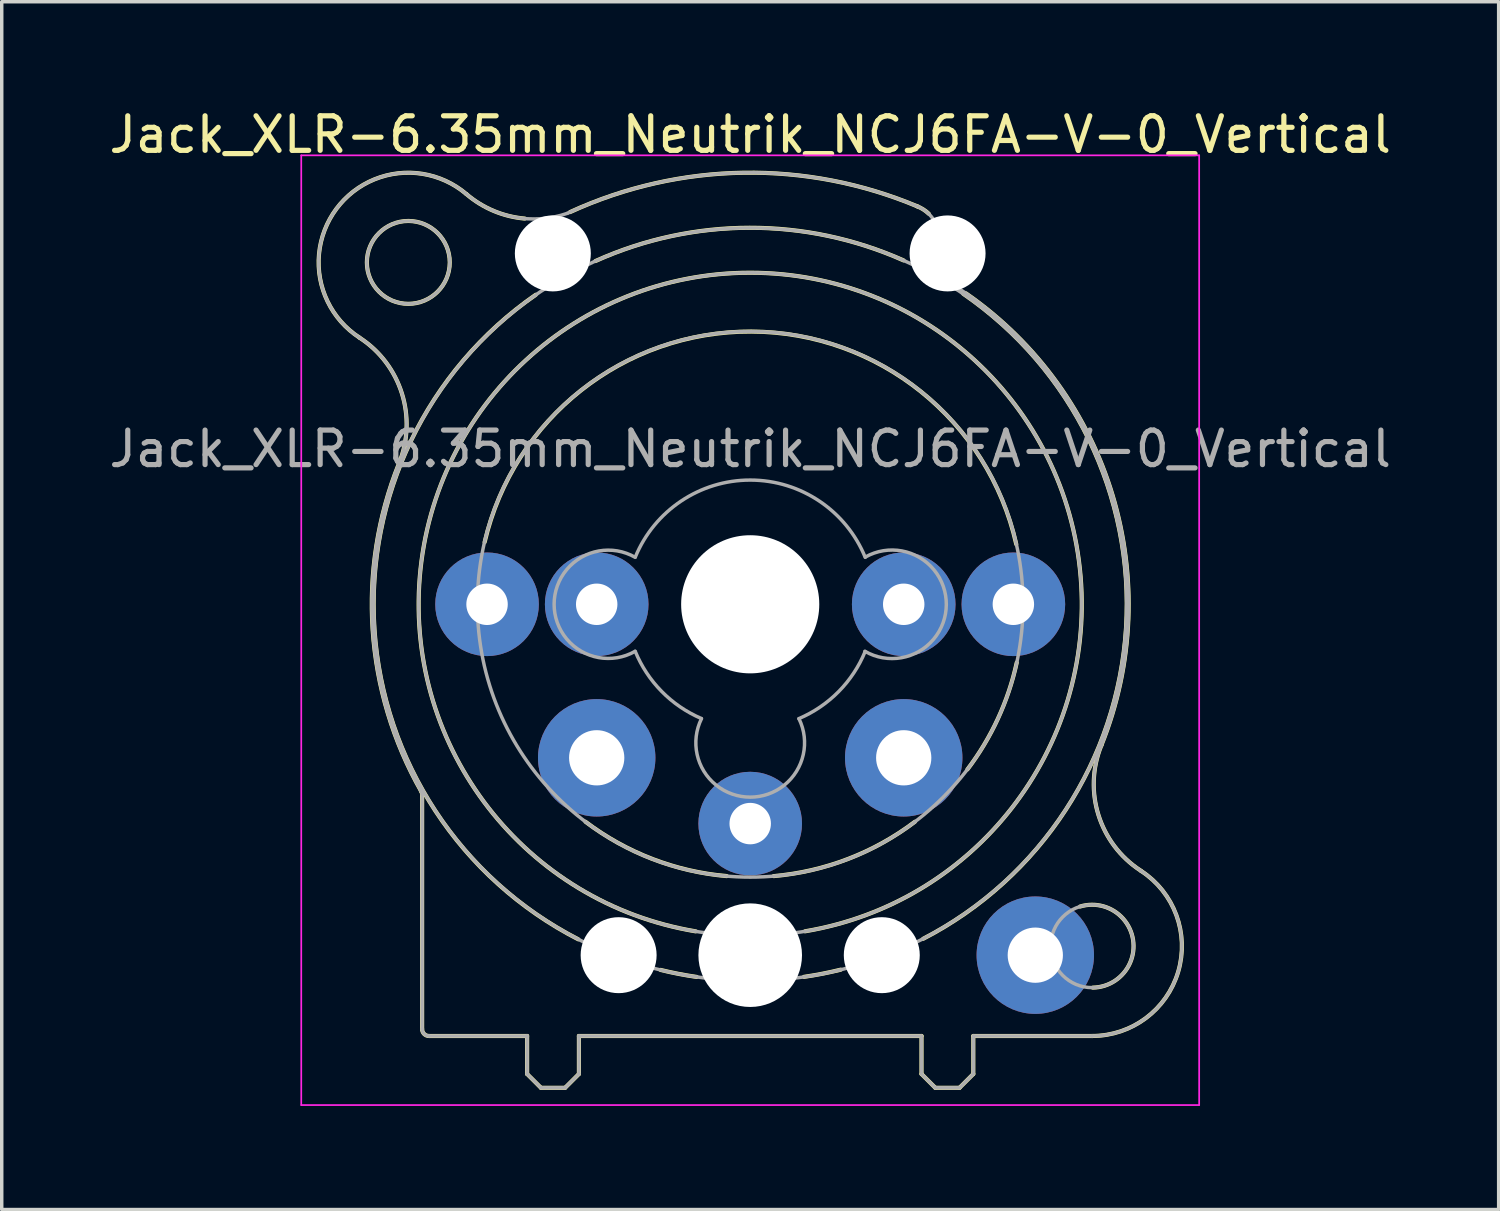
<source format=kicad_pcb>
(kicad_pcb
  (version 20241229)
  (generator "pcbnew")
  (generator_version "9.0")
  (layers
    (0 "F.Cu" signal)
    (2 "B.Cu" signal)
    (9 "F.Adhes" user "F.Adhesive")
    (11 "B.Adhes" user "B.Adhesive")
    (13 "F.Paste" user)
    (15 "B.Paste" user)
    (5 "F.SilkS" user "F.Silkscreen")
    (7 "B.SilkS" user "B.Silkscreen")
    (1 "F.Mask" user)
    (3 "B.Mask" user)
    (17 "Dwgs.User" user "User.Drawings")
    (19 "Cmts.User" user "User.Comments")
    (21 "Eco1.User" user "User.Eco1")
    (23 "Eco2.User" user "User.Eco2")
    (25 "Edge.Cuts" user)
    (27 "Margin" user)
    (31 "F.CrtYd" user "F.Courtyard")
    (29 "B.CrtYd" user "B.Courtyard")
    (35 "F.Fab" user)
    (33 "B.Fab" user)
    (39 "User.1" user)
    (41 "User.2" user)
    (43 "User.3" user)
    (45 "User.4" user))
  (footprint "Jack_XLR-6.35mm_Neutrik_NCJ6FA-V-0_Vertical"
    (layer "F.Cu")
    (at 26.293 14.448)
    (property "Reference" "Jack_XLR-6.35mm_Neutrik_NCJ6FA-V-0_Vertical" (at -7.62 -13.6 0) (layer "F.SilkS") (effects (font (size 1 1) (thickness 0.15))))
    (attr through_hole)
    (fp_line (start -17.12 5.51) (end -17.12 12.3) (stroke (width 0.12) (type solid)) (layer "F.SilkS"))
    (fp_line (start -14.08 12.5) (end -16.92 12.5) (stroke (width 0.12) (type solid)) (layer "F.SilkS"))
    (fp_line (start -14.08 12.5) (end -14.08 13.6) (stroke (width 0.12) (type solid)) (layer "F.SilkS"))
    (fp_line (start -13.68 14) (end -14.08 13.6) (stroke (width 0.12) (type solid)) (layer "F.SilkS"))
    (fp_line (start -12.98 14) (end -13.68 14) (stroke (width 0.12) (type solid)) (layer "F.SilkS"))
    (fp_line (start -12.98 14) (end -12.58 13.6) (stroke (width 0.12) (type solid)) (layer "F.SilkS"))
    (fp_line (start -12.58 12.5) (end -12.58 13.6) (stroke (width 0.12) (type solid)) (layer "F.SilkS"))
    (fp_line (start -12.58 12.5) (end -2.66 12.5) (stroke (width 0.12) (type solid)) (layer "F.SilkS"))
    (fp_line (start -2.66 12.5) (end -2.66 13.6) (stroke (width 0.12) (type solid)) (layer "F.SilkS"))
    (fp_line (start -2.26 14) (end -2.66 13.6) (stroke (width 0.12) (type solid)) (layer "F.SilkS"))
    (fp_line (start -1.56 14) (end -2.26 14) (stroke (width 0.12) (type solid)) (layer "F.SilkS"))
    (fp_line (start -1.56 14) (end -1.16 13.6) (stroke (width 0.12) (type solid)) (layer "F.SilkS"))
    (fp_line (start -1.16 12.5) (end -1.16 13.6) (stroke (width 0.12) (type solid)) (layer "F.SilkS"))
    (fp_line (start 2.28 12.5) (end -1.16 12.5) (stroke (width 0.12) (type solid)) (layer "F.SilkS"))
    (fp_arc (start -18.934795 -7.72258) (mid -19.602935 -11.450543) (end -15.84 -11.88) (stroke (width 0.12) (type solid)) (layer "F.SilkS"))
    (fp_arc (start -18.930969 -7.719195) (mid -17.705389 -6.104985) (end -17.79 -4.08) (stroke (width 0.12) (type solid)) (layer "F.SilkS"))
    (fp_arc (start -17.154956 5.397698) (mid -17.130185 5.451579) (end -17.12 5.51) (stroke (width 0.12) (type solid)) (layer "F.SilkS"))
    (fp_arc (start -17.144015 5.419265) (mid -18.552638 0.743459) (end -17.79 -4.08) (stroke (width 0.12) (type solid)) (layer "F.SilkS"))
    (fp_arc (start -16.92 12.5) (mid -17.061421 12.441421) (end -17.12 12.3) (stroke (width 0.12) (type solid)) (layer "F.SilkS"))
    (fp_arc (start -15.31 -1.8) (mid -7.589115 -7.897794) (end 0.083843 -1.739802) (stroke (width 0.12) (type solid)) (layer "F.SilkS"))
    (fp_arc (start -14.148924 -11.168665) (mid -15.050317 -11.391547) (end -15.84 -11.88) (stroke (width 0.12) (type solid)) (layer "F.SilkS"))
    (fp_arc (start -12.835768 -11.357498) (mid -7.808953 -12.496451) (end -2.75 -11.51) (stroke (width 0.12) (type solid)) (layer "F.SilkS"))
    (fp_arc (start -12.6 9.7) (mid -18.500043 0.717682) (end -13.830991 -8.961807) (stroke (width 0.12) (type solid)) (layer "F.SilkS"))
    (fp_arc (start -12.1 -9.94) (mid -7.641178 -10.902915) (end -3.178648 -9.957329) (stroke (width 0.12) (type solid)) (layer "F.SilkS"))
    (fp_arc (start -9.2 9.47) (mid -7.62467 -9.6009) (end -6.030789 9.468459) (stroke (width 0.12) (type solid)) (layer "F.SilkS"))
    (fp_arc (start -9.17 10.79) (mid -9.695239 10.701401) (end -10.215522 10.58725) (stroke (width 0.12) (type solid)) (layer "F.SilkS"))
    (fp_arc (start -8.3 7.87) (mid -10.455796 7.372758) (end -12.389148 6.297184) (stroke (width 0.12) (type solid)) (layer "F.SilkS"))
    (fp_arc (start -5 10.58) (mid -5.529293 10.697184) (end -6.063757 10.787906) (stroke (width 0.12) (type solid)) (layer "F.SilkS"))
    (fp_arc (start -2.850852 6.297184) (mid -4.784204 7.372758) (end -6.94 7.87) (stroke (width 0.12) (type solid)) (layer "F.SilkS"))
    (fp_arc (start -2.789231 -11.524852) (mid -2.608846 -11.434431) (end -2.45 -11.31) (stroke (width 0.12) (type solid)) (layer "F.SilkS"))
    (fp_arc (start -1.45 -8.99) (mid 3.262553 0.677525) (end -2.61272 9.685874) (stroke (width 0.12) (type solid)) (layer "F.SilkS"))
    (fp_arc (start -1.372521 -9.002461) (mid 2.876242 -3.147094) (end 2.55 4.08) (stroke (width 0.12) (type solid)) (layer "F.SilkS"))
    (fp_arc (start 0.097858 1.687355) (mid -0.447404 3.31155) (end -1.33 4.78) (stroke (width 0.12) (type solid)) (layer "F.SilkS"))
    (fp_arc (start 1.932014 8.75139) (mid 3.4657 9.714222) (end 2.3 11.1) (stroke (width 0.12) (type solid)) (layer "F.SilkS"))
    (fp_arc (start 3.687208 7.712208) (mid 2.463871 6.101094) (end 2.55 4.08) (stroke (width 0.12) (type solid)) (layer "F.SilkS"))
    (fp_arc (start 3.696061 7.719457) (mid 4.772931 10.63844) (end 2.28 12.5) (stroke (width 0.12) (type solid)) (layer "F.SilkS"))
    (fp_circle (center -17.52 -9.9) (end -16.32 -9.9) (stroke (width 0.12) (type solid)) (fill no) (layer "F.SilkS"))
    (fp_line (start -20.62 -13) (end 5.38 -13) (stroke (width 0.05) (type solid)) (layer "F.CrtYd"))
    (fp_line (start -20.62 14.5) (end -20.62 -13) (stroke (width 0.05) (type solid)) (layer "F.CrtYd"))
    (fp_line (start 5.38 -13) (end 5.38 14.5) (stroke (width 0.05) (type solid)) (layer "F.CrtYd"))
    (fp_line (start 5.38 14.5) (end -20.62 14.5) (stroke (width 0.05) (type solid)) (layer "F.CrtYd"))
    (fp_line (start -17.12 5.51) (end -17.12 12.3) (stroke (width 0.1) (type solid)) (layer "F.Fab"))
    (fp_line (start -14.08 12.5) (end -16.92 12.5) (stroke (width 0.1) (type solid)) (layer "F.Fab"))
    (fp_line (start -14.08 12.5) (end -14.08 13.6) (stroke (width 0.1) (type solid)) (layer "F.Fab"))
    (fp_line (start -13.68 14) (end -14.08 13.6) (stroke (width 0.1) (type solid)) (layer "F.Fab"))
    (fp_line (start -12.98 14) (end -13.68 14) (stroke (width 0.1) (type solid)) (layer "F.Fab"))
    (fp_line (start -12.98 14) (end -12.58 13.6) (stroke (width 0.1) (type solid)) (layer "F.Fab"))
    (fp_line (start -12.58 12.5) (end -12.58 13.6) (stroke (width 0.1) (type solid)) (layer "F.Fab"))
    (fp_line (start -12.58 12.5) (end -2.66 12.5) (stroke (width 0.1) (type solid)) (layer "F.Fab"))
    (fp_line (start -2.66 12.5) (end -2.66 13.6) (stroke (width 0.1) (type solid)) (layer "F.Fab"))
    (fp_line (start -2.37 -9.82) (end -2.21 -10.22) (stroke (width 0.1) (type solid)) (layer "F.Fab"))
    (fp_line (start -2.26 14) (end -2.66 13.6) (stroke (width 0.1) (type solid)) (layer "F.Fab"))
    (fp_line (start -1.56 14) (end -2.26 14) (stroke (width 0.1) (type solid)) (layer "F.Fab"))
    (fp_line (start -1.56 14) (end -1.16 13.6) (stroke (width 0.1) (type solid)) (layer "F.Fab"))
    (fp_line (start -1.16 12.5) (end -1.16 13.6) (stroke (width 0.1) (type solid)) (layer "F.Fab"))
    (fp_line (start 2.28 12.5) (end -1.16 12.5) (stroke (width 0.1) (type solid)) (layer "F.Fab"))
    (fp_arc (start -18.934795 -7.72258) (mid -19.602935 -11.450543) (end -15.84 -11.88) (stroke (width 0.1) (type solid)) (layer "F.Fab"))
    (fp_arc (start -18.930969 -7.719195) (mid -17.705389 -6.104985) (end -17.79 -4.08) (stroke (width 0.1) (type solid)) (layer "F.Fab"))
    (fp_arc (start -17.154956 5.397698) (mid -17.130185 5.451579) (end -17.12 5.51) (stroke (width 0.1) (type solid)) (layer "F.Fab"))
    (fp_arc (start -17.144015 5.419265) (mid -18.552638 0.743459) (end -17.79 -4.08) (stroke (width 0.1) (type solid)) (layer "F.Fab"))
    (fp_arc (start -16.92 12.5) (mid -17.061421 12.441421) (end -17.12 12.3) (stroke (width 0.1) (type solid)) (layer "F.Fab"))
    (fp_arc (start -12.914931 -11.320809) (mid -7.852572 -12.495716) (end -2.75 -11.51) (stroke (width 0.1) (type solid)) (layer "F.Fab"))
    (fp_arc (start -12.913921 -11.321101) (mid -14.451447 -11.210582) (end -15.84 -11.88) (stroke (width 0.1) (type solid)) (layer "F.Fab"))
    (fp_arc (start -10.954064 1.362323) (mid -13.297799 -0.002341) (end -10.95 -1.36) (stroke (width 0.1) (type solid)) (layer "F.Fab"))
    (fp_arc (start -10.945975 -1.369814) (mid -7.614696 -3.597009) (end -4.29 -1.36) (stroke (width 0.1) (type solid)) (layer "F.Fab"))
    (fp_arc (start -9.036119 3.306525) (mid -10.184888 2.521874) (end -10.95 1.36) (stroke (width 0.1) (type solid)) (layer "F.Fab"))
    (fp_arc (start -6.208725 3.312574) (mid -7.621436 5.584198) (end -9.03 3.31) (stroke (width 0.1) (type solid)) (layer "F.Fab"))
    (fp_arc (start -4.291917 1.36677) (mid -5.059455 2.527411) (end -6.21 3.31) (stroke (width 0.1) (type solid)) (layer "F.Fab"))
    (fp_arc (start -4.284946 -1.368604) (mid -1.941293 0.00867) (end -4.3 1.36) (stroke (width 0.1) (type solid)) (layer "F.Fab"))
    (fp_arc (start -2.752398 -11.51057) (mid -2.22343 -10.97362) (end -2.21 -10.22) (stroke (width 0.1) (type solid)) (layer "F.Fab"))
    (fp_arc (start -2.280824 -9.569143) (mid 2.709976 -3.656075) (end 2.55 4.08) (stroke (width 0.1) (type solid)) (layer "F.Fab"))
    (fp_arc (start -2.264515 -9.56035) (mid -2.366315 -9.670245) (end -2.37 -9.82) (stroke (width 0.1) (type solid)) (layer "F.Fab"))
    (fp_arc (start -2.20715 -10.954211) (mid -1.183963 -10.175931) (end -2.37 -9.68) (stroke (width 0.1) (type solid)) (layer "F.Fab"))
    (fp_arc (start 3.687208 7.712208) (mid 2.463871 6.101094) (end 2.55 4.08) (stroke (width 0.1) (type solid)) (layer "F.Fab"))
    (fp_arc (start 3.696061 7.719457) (mid 4.772931 10.63844) (end 2.28 12.5) (stroke (width 0.1) (type solid)) (layer "F.Fab"))
    (fp_circle (center -17.52 -9.9) (end -16.32 -9.9) (stroke (width 0.1) (type solid)) (fill no) (layer "F.Fab"))
    (fp_circle (center -7.62 0) (end 0.28 0) (stroke (width 0.1) (type solid)) (fill no) (layer "F.Fab"))
    (fp_circle (center -7.62 0) (end 1.98 0) (stroke (width 0.1) (type solid)) (fill no) (layer "F.Fab"))
    (fp_circle (center -7.62 0) (end 3.28 0) (stroke (width 0.1) (type solid)) (fill no) (layer "F.Fab"))
    (fp_circle (center 2.28 9.9) (end 3.48 9.9) (stroke (width 0.1) (type solid)) (fill no) (layer "F.Fab"))
    (fp_text user "${REFERENCE}" (at -7.62 -4.5 0) (layer "F.Fab") (effects (font (size 1 1) (thickness 0.15))))
    (pad "" np_thru_hole circle (at -13.335 -10.16) (size 2.2 2.2) (drill 2.2) (layers "*.Cu" "*.Mask"))
    (pad "" np_thru_hole circle (at -11.43 10.16) (size 2.2 2.2) (drill 2.2) (layers "*.Cu" "*.Mask"))
    (pad "" np_thru_hole circle (at -7.62 0) (size 4 4) (drill 4) (layers "*.Cu" "*.Mask"))
    (pad "" np_thru_hole circle (at -7.62 10.16) (size 3 3) (drill 3) (layers "*.Cu" "*.Mask"))
    (pad "" np_thru_hole circle (at -3.81 10.16) (size 2.2 2.2) (drill 2.2) (layers "*.Cu" "*.Mask"))
    (pad "" np_thru_hole circle (at -1.905 -10.16) (size 2.2 2.2) (drill 2.2) (layers "*.Cu" "*.Mask"))
    (pad "1" thru_hole circle (at 0 0) (size 3 3) (drill 1.2) (layers "*.Cu" "*.Mask"))
    (pad "2" thru_hole circle (at -15.24 0) (size 3 3) (drill 1.2) (layers "*.Cu" "*.Mask"))
    (pad "3" thru_hole circle (at -7.62 6.35) (size 3 3) (drill 1.2) (layers "*.Cu" "*.Mask"))
    (pad "G" thru_hole circle (at 0.635 10.16) (size 3.4 3.4) (drill 1.6) (layers "*.Cu" "*.Mask"))
    (pad "R" thru_hole circle (at -12.065 0) (size 3 3) (drill 1.2) (layers "*.Cu" "*.Mask"))
    (pad "S" thru_hole circle (at -3.175 0) (size 3 3) (drill 1.2) (layers "*.Cu" "*.Mask"))
    (pad "T" thru_hole circle (at -12.065 4.445) (size 3.4 3.4) (drill 1.6) (layers "*.Cu" "*.Mask"))
    (pad "T" thru_hole circle (at -3.175 4.445) (size 3.4 3.4) (drill 1.6) (layers "*.Cu" "*.Mask")))
  (gr_rect
    (start -3 -3)
    (end 40.345 31.973)
    (stroke (width 0.1) (type default))
    (fill no)
    (layer "Edge.Cuts")))
</source>
